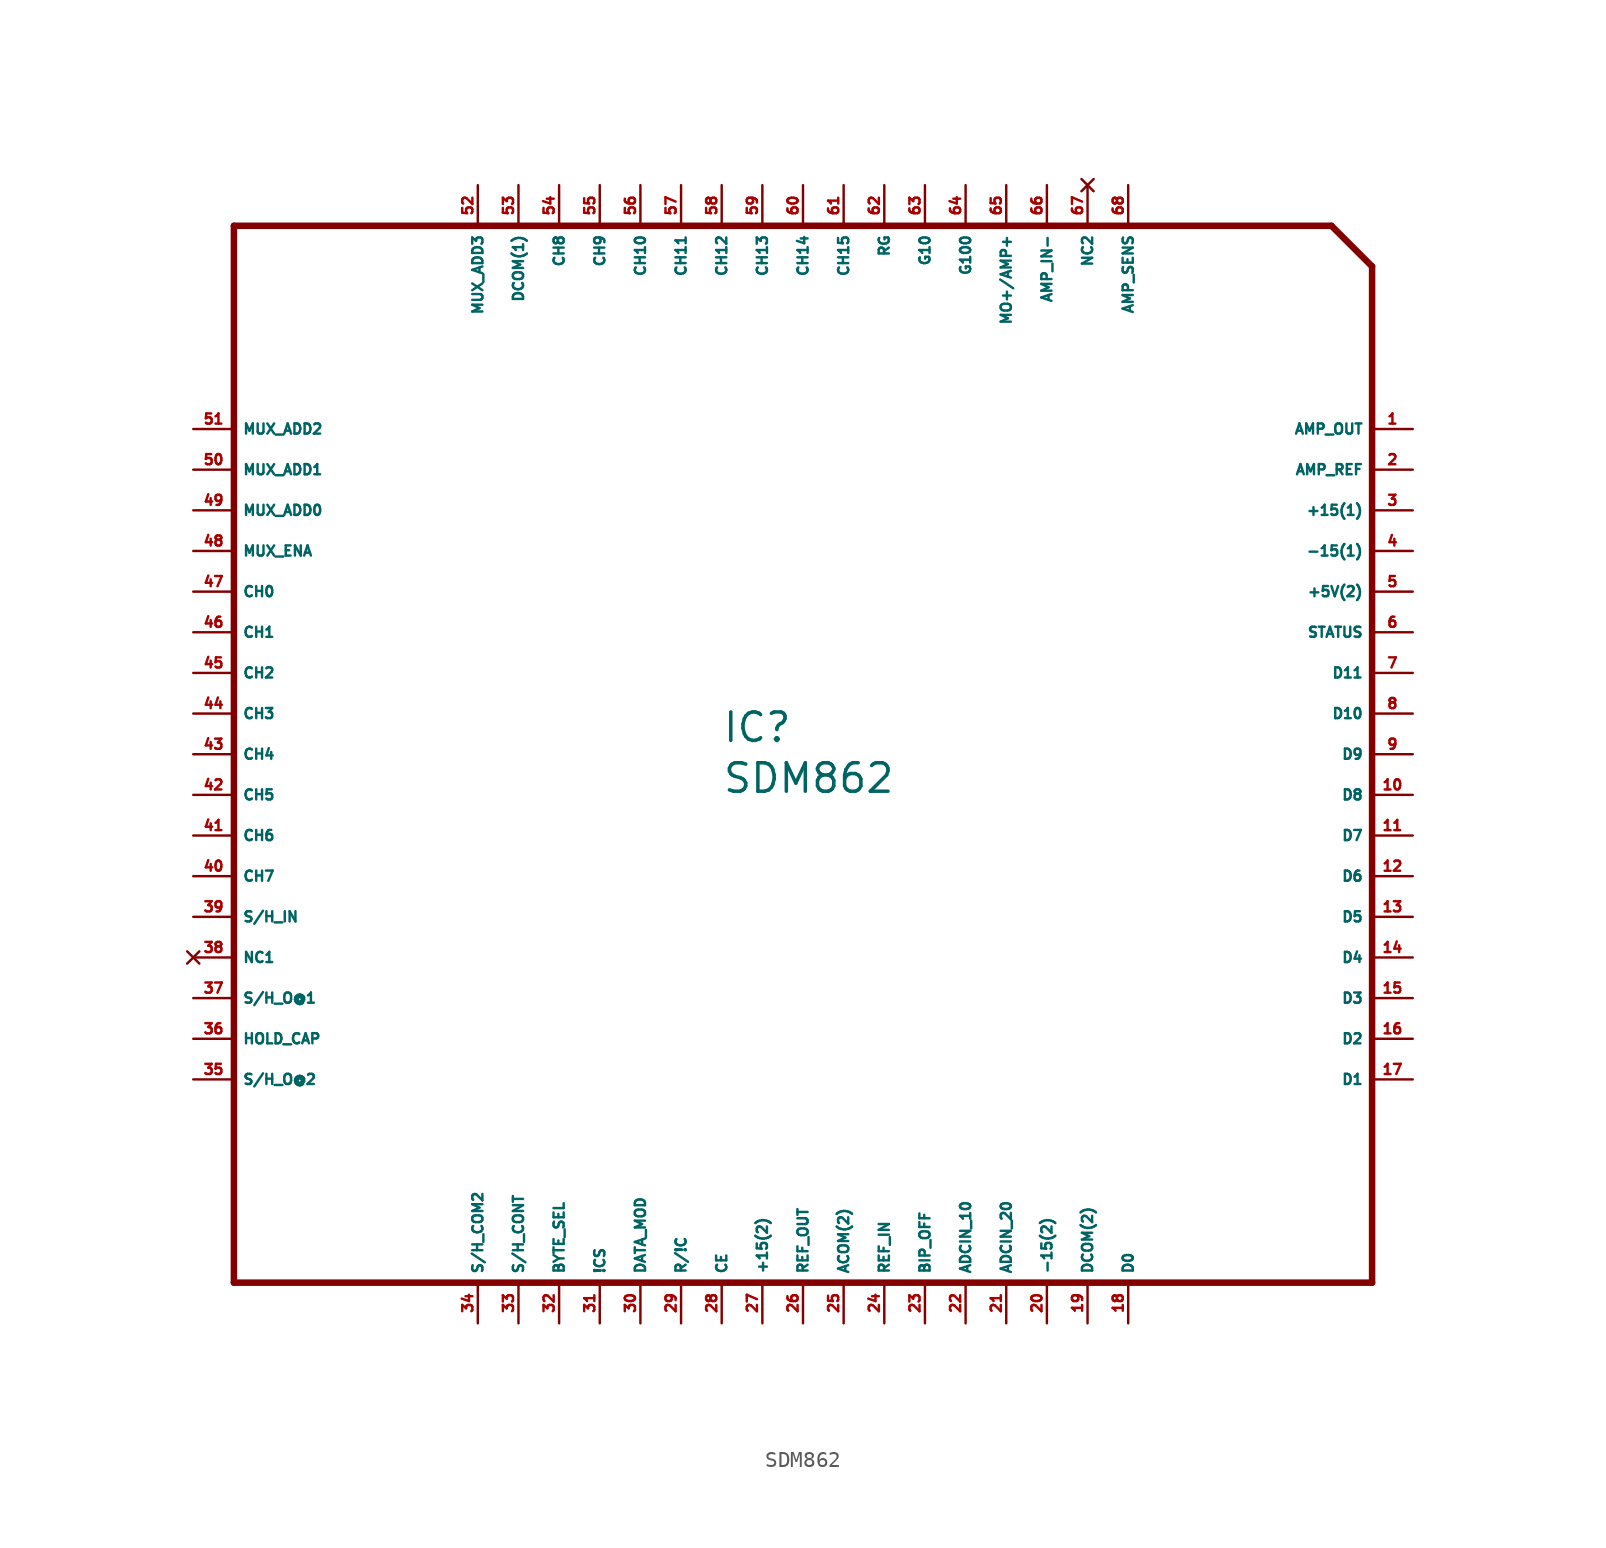
<source format=kicad_sym>
(kicad_symbol_lib
  (version 20220914)
  (generator Eagle2Kicad)
  (symbol "SDM862"
    (property "Reference" "IC"
      (at -5.08 0.635 0)
      (effects (font (size 1.778 1.778) (thickness 0.22)) (justify left bottom)))
    (property "Value" "SDM862"
      (at -5.08 -2.54 0)
      (effects (font (size 1.778 1.778) (thickness 0.22)) (justify left bottom)))
    (polyline
      (pts (xy -35.56 -33.02) (xy 35.56 -33.02))
      (stroke (width 0.406) (type default))
      (fill (type none)))
    (polyline
      (pts (xy 33.02 33.02) (xy -35.56 33.02))
      (stroke (width 0.406) (type default))
      (fill (type none)))
    (polyline
      (pts (xy -35.56 33.02) (xy -35.56 -33.02))
      (stroke (width 0.406) (type default))
      (fill (type none)))
    (polyline
      (pts (xy 33.02 33.02) (xy 35.56 30.48))
      (stroke (width 0.406) (type default))
      (fill (type none)))
    (polyline
      (pts (xy 35.56 30.48) (xy 35.56 -33.02))
      (stroke (width 0.406) (type default))
      (fill (type none)))
    (pin input line
      (at -38.1 20.32 0)
      (length 2.54)
      (name "MUX_ADD2" (effects (font (size 0.635 0.635) (thickness 0.08)) (justify left bottom)))
      (number "51" (effects (font (size 0.635 0.635) (thickness 0.08)) (justify left bottom))))
    (pin input line
      (at -38.1 17.78 0)
      (length 2.54)
      (name "MUX_ADD1" (effects (font (size 0.635 0.635) (thickness 0.08)) (justify left bottom)))
      (number "50" (effects (font (size 0.635 0.635) (thickness 0.08)) (justify left bottom))))
    (pin input line
      (at -38.1 15.24 0)
      (length 2.54)
      (name "MUX_ADD0" (effects (font (size 0.635 0.635) (thickness 0.08)) (justify left bottom)))
      (number "49" (effects (font (size 0.635 0.635) (thickness 0.08)) (justify left bottom))))
    (pin input line
      (at -38.1 12.7 0)
      (length 2.54)
      (name "MUX_ENA" (effects (font (size 0.635 0.635) (thickness 0.08)) (justify left bottom)))
      (number "48" (effects (font (size 0.635 0.635) (thickness 0.08)) (justify left bottom))))
    (pin input line
      (at -38.1 10.16 0)
      (length 2.54)
      (name "CH0" (effects (font (size 0.635 0.635) (thickness 0.08)) (justify left bottom)))
      (number "47" (effects (font (size 0.635 0.635) (thickness 0.08)) (justify left bottom))))
    (pin input line
      (at -38.1 7.62 0)
      (length 2.54)
      (name "CH1" (effects (font (size 0.635 0.635) (thickness 0.08)) (justify left bottom)))
      (number "46" (effects (font (size 0.635 0.635) (thickness 0.08)) (justify left bottom))))
    (pin input line
      (at -38.1 5.08 0)
      (length 2.54)
      (name "CH2" (effects (font (size 0.635 0.635) (thickness 0.08)) (justify left bottom)))
      (number "45" (effects (font (size 0.635 0.635) (thickness 0.08)) (justify left bottom))))
    (pin input line
      (at -38.1 2.54 0)
      (length 2.54)
      (name "CH3" (effects (font (size 0.635 0.635) (thickness 0.08)) (justify left bottom)))
      (number "44" (effects (font (size 0.635 0.635) (thickness 0.08)) (justify left bottom))))
    (pin input line
      (at -38.1 0 0)
      (length 2.54)
      (name "CH4" (effects (font (size 0.635 0.635) (thickness 0.08)) (justify left bottom)))
      (number "43" (effects (font (size 0.635 0.635) (thickness 0.08)) (justify left bottom))))
    (pin input line
      (at -38.1 -2.54 0)
      (length 2.54)
      (name "CH5" (effects (font (size 0.635 0.635) (thickness 0.08)) (justify left bottom)))
      (number "42" (effects (font (size 0.635 0.635) (thickness 0.08)) (justify left bottom))))
    (pin input line
      (at -38.1 -5.08 0)
      (length 2.54)
      (name "CH6" (effects (font (size 0.635 0.635) (thickness 0.08)) (justify left bottom)))
      (number "41" (effects (font (size 0.635 0.635) (thickness 0.08)) (justify left bottom))))
    (pin input line
      (at -38.1 -7.62 0)
      (length 2.54)
      (name "CH7" (effects (font (size 0.635 0.635) (thickness 0.08)) (justify left bottom)))
      (number "40" (effects (font (size 0.635 0.635) (thickness 0.08)) (justify left bottom))))
    (pin input line
      (at -38.1 -10.16 0)
      (length 2.54)
      (name "S/H_IN" (effects (font (size 0.635 0.635) (thickness 0.08)) (justify left bottom)))
      (number "39" (effects (font (size 0.635 0.635) (thickness 0.08)) (justify left bottom))))
    (pin no_connect line
      (at -38.1 -12.7 0)
      (length 2.54)
      (name "NC1" (effects (font (size 0.635 0.635) (thickness 0.08)) (justify left bottom) hide))
      (number "38" (effects (font (size 0.635 0.635) (thickness 0.08)) (justify left bottom) hide)))
    (pin output line
      (at -38.1 -15.24 0)
      (length 2.54)
      (name "S/H_O@1" (effects (font (size 0.635 0.635) (thickness 0.08)) (justify left bottom)))
      (number "37" (effects (font (size 0.635 0.635) (thickness 0.08)) (justify left bottom))))
    (pin passive line
      (at -38.1 -17.78 0)
      (length 2.54)
      (name "HOLD_CAP" (effects (font (size 0.635 0.635) (thickness 0.08)) (justify left bottom)))
      (number "36" (effects (font (size 0.635 0.635) (thickness 0.08)) (justify left bottom))))
    (pin output line
      (at -38.1 -20.32 0)
      (length 2.54)
      (name "S/H_O@2" (effects (font (size 0.635 0.635) (thickness 0.08)) (justify left bottom)))
      (number "35" (effects (font (size 0.635 0.635) (thickness 0.08)) (justify left bottom))))
    (pin input line
      (at -20.32 35.56 270)
      (length 2.54)
      (name "MUX_ADD3" (effects (font (size 0.635 0.635) (thickness 0.08)) (justify left bottom)))
      (number "52" (effects (font (size 0.635 0.635) (thickness 0.08)) (justify left bottom))))
    (pin unspecified line
      (at -17.78 35.56 270)
      (length 2.54)
      (name "DCOM(1)" (effects (font (size 0.635 0.635) (thickness 0.08)) (justify left bottom)))
      (number "53" (effects (font (size 0.635 0.635) (thickness 0.08)) (justify left bottom))))
    (pin input line
      (at -15.24 35.56 270)
      (length 2.54)
      (name "CH8" (effects (font (size 0.635 0.635) (thickness 0.08)) (justify left bottom)))
      (number "54" (effects (font (size 0.635 0.635) (thickness 0.08)) (justify left bottom))))
    (pin input line
      (at -12.7 35.56 270)
      (length 2.54)
      (name "CH9" (effects (font (size 0.635 0.635) (thickness 0.08)) (justify left bottom)))
      (number "55" (effects (font (size 0.635 0.635) (thickness 0.08)) (justify left bottom))))
    (pin input line
      (at -10.16 35.56 270)
      (length 2.54)
      (name "CH10" (effects (font (size 0.635 0.635) (thickness 0.08)) (justify left bottom)))
      (number "56" (effects (font (size 0.635 0.635) (thickness 0.08)) (justify left bottom))))
    (pin input line
      (at -7.62 35.56 270)
      (length 2.54)
      (name "CH11" (effects (font (size 0.635 0.635) (thickness 0.08)) (justify left bottom)))
      (number "57" (effects (font (size 0.635 0.635) (thickness 0.08)) (justify left bottom))))
    (pin input line
      (at -5.08 35.56 270)
      (length 2.54)
      (name "CH12" (effects (font (size 0.635 0.635) (thickness 0.08)) (justify left bottom)))
      (number "58" (effects (font (size 0.635 0.635) (thickness 0.08)) (justify left bottom))))
    (pin input line
      (at -2.54 35.56 270)
      (length 2.54)
      (name "CH13" (effects (font (size 0.635 0.635) (thickness 0.08)) (justify left bottom)))
      (number "59" (effects (font (size 0.635 0.635) (thickness 0.08)) (justify left bottom))))
    (pin input line
      (at 0 35.56 270)
      (length 2.54)
      (name "CH14" (effects (font (size 0.635 0.635) (thickness 0.08)) (justify left bottom)))
      (number "60" (effects (font (size 0.635 0.635) (thickness 0.08)) (justify left bottom))))
    (pin input line
      (at 2.54 35.56 270)
      (length 2.54)
      (name "CH15" (effects (font (size 0.635 0.635) (thickness 0.08)) (justify left bottom)))
      (number "61" (effects (font (size 0.635 0.635) (thickness 0.08)) (justify left bottom))))
    (pin passive line
      (at 5.08 35.56 270)
      (length 2.54)
      (name "RG" (effects (font (size 0.635 0.635) (thickness 0.08)) (justify left bottom)))
      (number "62" (effects (font (size 0.635 0.635) (thickness 0.08)) (justify left bottom))))
    (pin passive line
      (at 7.62 35.56 270)
      (length 2.54)
      (name "G10" (effects (font (size 0.635 0.635) (thickness 0.08)) (justify left bottom)))
      (number "63" (effects (font (size 0.635 0.635) (thickness 0.08)) (justify left bottom))))
    (pin passive line
      (at 10.16 35.56 270)
      (length 2.54)
      (name "G100" (effects (font (size 0.635 0.635) (thickness 0.08)) (justify left bottom)))
      (number "64" (effects (font (size 0.635 0.635) (thickness 0.08)) (justify left bottom))))
    (pin bidirectional line
      (at 12.7 35.56 270)
      (length 2.54)
      (name "MO+/AMP+" (effects (font (size 0.635 0.635) (thickness 0.08)) (justify left bottom)))
      (number "65" (effects (font (size 0.635 0.635) (thickness 0.08)) (justify left bottom))))
    (pin input line
      (at 15.24 35.56 270)
      (length 2.54)
      (name "AMP_IN-" (effects (font (size 0.635 0.635) (thickness 0.08)) (justify left bottom)))
      (number "66" (effects (font (size 0.635 0.635) (thickness 0.08)) (justify left bottom))))
    (pin no_connect line
      (at 17.78 35.56 270)
      (length 2.54)
      (name "NC2" (effects (font (size 0.635 0.635) (thickness 0.08)) (justify left bottom) hide))
      (number "67" (effects (font (size 0.635 0.635) (thickness 0.08)) (justify left bottom) hide)))
    (pin output line
      (at 20.32 35.56 270)
      (length 2.54)
      (name "AMP_SENS" (effects (font (size 0.635 0.635) (thickness 0.08)) (justify left bottom)))
      (number "68" (effects (font (size 0.635 0.635) (thickness 0.08)) (justify left bottom))))
    (pin output line
      (at 38.1 20.32 180)
      (length 2.54)
      (name "AMP_OUT" (effects (font (size 0.635 0.635) (thickness 0.08)) (justify left bottom)))
      (number "1" (effects (font (size 0.635 0.635) (thickness 0.08)) (justify left bottom))))
    (pin input line
      (at 38.1 17.78 180)
      (length 2.54)
      (name "AMP_REF" (effects (font (size 0.635 0.635) (thickness 0.08)) (justify left bottom)))
      (number "2" (effects (font (size 0.635 0.635) (thickness 0.08)) (justify left bottom))))
    (pin unspecified line
      (at 38.1 15.24 180)
      (length 2.54)
      (name "+15(1)" (effects (font (size 0.635 0.635) (thickness 0.08)) (justify left bottom)))
      (number "3" (effects (font (size 0.635 0.635) (thickness 0.08)) (justify left bottom))))
    (pin unspecified line
      (at 38.1 12.7 180)
      (length 2.54)
      (name "-15(1)" (effects (font (size 0.635 0.635) (thickness 0.08)) (justify left bottom)))
      (number "4" (effects (font (size 0.635 0.635) (thickness 0.08)) (justify left bottom))))
    (pin unspecified line
      (at 38.1 10.16 180)
      (length 2.54)
      (name "+5V(2)" (effects (font (size 0.635 0.635) (thickness 0.08)) (justify left bottom)))
      (number "5" (effects (font (size 0.635 0.635) (thickness 0.08)) (justify left bottom))))
    (pin output line
      (at 38.1 7.62 180)
      (length 2.54)
      (name "STATUS" (effects (font (size 0.635 0.635) (thickness 0.08)) (justify left bottom)))
      (number "6" (effects (font (size 0.635 0.635) (thickness 0.08)) (justify left bottom))))
    (pin tri_state line
      (at 38.1 5.08 180)
      (length 2.54)
      (name "D11" (effects (font (size 0.635 0.635) (thickness 0.08)) (justify left bottom)))
      (number "7" (effects (font (size 0.635 0.635) (thickness 0.08)) (justify left bottom))))
    (pin tri_state line
      (at 38.1 2.54 180)
      (length 2.54)
      (name "D10" (effects (font (size 0.635 0.635) (thickness 0.08)) (justify left bottom)))
      (number "8" (effects (font (size 0.635 0.635) (thickness 0.08)) (justify left bottom))))
    (pin tri_state line
      (at 38.1 0 180)
      (length 2.54)
      (name "D9" (effects (font (size 0.635 0.635) (thickness 0.08)) (justify left bottom)))
      (number "9" (effects (font (size 0.635 0.635) (thickness 0.08)) (justify left bottom))))
    (pin tri_state line
      (at 38.1 -2.54 180)
      (length 2.54)
      (name "D8" (effects (font (size 0.635 0.635) (thickness 0.08)) (justify left bottom)))
      (number "10" (effects (font (size 0.635 0.635) (thickness 0.08)) (justify left bottom))))
    (pin tri_state line
      (at 38.1 -5.08 180)
      (length 2.54)
      (name "D7" (effects (font (size 0.635 0.635) (thickness 0.08)) (justify left bottom)))
      (number "11" (effects (font (size 0.635 0.635) (thickness 0.08)) (justify left bottom))))
    (pin tri_state line
      (at 38.1 -7.62 180)
      (length 2.54)
      (name "D6" (effects (font (size 0.635 0.635) (thickness 0.08)) (justify left bottom)))
      (number "12" (effects (font (size 0.635 0.635) (thickness 0.08)) (justify left bottom))))
    (pin tri_state line
      (at 38.1 -10.16 180)
      (length 2.54)
      (name "D5" (effects (font (size 0.635 0.635) (thickness 0.08)) (justify left bottom)))
      (number "13" (effects (font (size 0.635 0.635) (thickness 0.08)) (justify left bottom))))
    (pin tri_state line
      (at 38.1 -12.7 180)
      (length 2.54)
      (name "D4" (effects (font (size 0.635 0.635) (thickness 0.08)) (justify left bottom)))
      (number "14" (effects (font (size 0.635 0.635) (thickness 0.08)) (justify left bottom))))
    (pin tri_state line
      (at 38.1 -15.24 180)
      (length 2.54)
      (name "D3" (effects (font (size 0.635 0.635) (thickness 0.08)) (justify left bottom)))
      (number "15" (effects (font (size 0.635 0.635) (thickness 0.08)) (justify left bottom))))
    (pin tri_state line
      (at 38.1 -17.78 180)
      (length 2.54)
      (name "D2" (effects (font (size 0.635 0.635) (thickness 0.08)) (justify left bottom)))
      (number "16" (effects (font (size 0.635 0.635) (thickness 0.08)) (justify left bottom))))
    (pin tri_state line
      (at 38.1 -20.32 180)
      (length 2.54)
      (name "D1" (effects (font (size 0.635 0.635) (thickness 0.08)) (justify left bottom)))
      (number "17" (effects (font (size 0.635 0.635) (thickness 0.08)) (justify left bottom))))
    (pin bidirectional line
      (at -20.32 -35.56 90)
      (length 2.54)
      (name "S/H_COM2" (effects (font (size 0.635 0.635) (thickness 0.08)) (justify left bottom)))
      (number "34" (effects (font (size 0.635 0.635) (thickness 0.08)) (justify left bottom))))
    (pin input line
      (at -17.78 -35.56 90)
      (length 2.54)
      (name "S/H_CONT" (effects (font (size 0.635 0.635) (thickness 0.08)) (justify left bottom)))
      (number "33" (effects (font (size 0.635 0.635) (thickness 0.08)) (justify left bottom))))
    (pin input line
      (at -15.24 -35.56 90)
      (length 2.54)
      (name "BYTE_SEL" (effects (font (size 0.635 0.635) (thickness 0.08)) (justify left bottom)))
      (number "32" (effects (font (size 0.635 0.635) (thickness 0.08)) (justify left bottom))))
    (pin input line
      (at -12.7 -35.56 90)
      (length 2.54)
      (name "!CS" (effects (font (size 0.635 0.635) (thickness 0.08)) (justify left bottom)))
      (number "31" (effects (font (size 0.635 0.635) (thickness 0.08)) (justify left bottom))))
    (pin input line
      (at -10.16 -35.56 90)
      (length 2.54)
      (name "DATA_MOD" (effects (font (size 0.635 0.635) (thickness 0.08)) (justify left bottom)))
      (number "30" (effects (font (size 0.635 0.635) (thickness 0.08)) (justify left bottom))))
    (pin input line
      (at -7.62 -35.56 90)
      (length 2.54)
      (name "R/!C" (effects (font (size 0.635 0.635) (thickness 0.08)) (justify left bottom)))
      (number "29" (effects (font (size 0.635 0.635) (thickness 0.08)) (justify left bottom))))
    (pin input line
      (at -5.08 -35.56 90)
      (length 2.54)
      (name "CE" (effects (font (size 0.635 0.635) (thickness 0.08)) (justify left bottom)))
      (number "28" (effects (font (size 0.635 0.635) (thickness 0.08)) (justify left bottom))))
    (pin unspecified line
      (at -2.54 -35.56 90)
      (length 2.54)
      (name "+15(2)" (effects (font (size 0.635 0.635) (thickness 0.08)) (justify left bottom)))
      (number "27" (effects (font (size 0.635 0.635) (thickness 0.08)) (justify left bottom))))
    (pin output line
      (at 0 -35.56 90)
      (length 2.54)
      (name "REF_OUT" (effects (font (size 0.635 0.635) (thickness 0.08)) (justify left bottom)))
      (number "26" (effects (font (size 0.635 0.635) (thickness 0.08)) (justify left bottom))))
    (pin unspecified line
      (at 2.54 -35.56 90)
      (length 2.54)
      (name "ACOM(2)" (effects (font (size 0.635 0.635) (thickness 0.08)) (justify left bottom)))
      (number "25" (effects (font (size 0.635 0.635) (thickness 0.08)) (justify left bottom))))
    (pin input line
      (at 5.08 -35.56 90)
      (length 2.54)
      (name "REF_IN" (effects (font (size 0.635 0.635) (thickness 0.08)) (justify left bottom)))
      (number "24" (effects (font (size 0.635 0.635) (thickness 0.08)) (justify left bottom))))
    (pin input line
      (at 7.62 -35.56 90)
      (length 2.54)
      (name "BIP_OFF" (effects (font (size 0.635 0.635) (thickness 0.08)) (justify left bottom)))
      (number "23" (effects (font (size 0.635 0.635) (thickness 0.08)) (justify left bottom))))
    (pin input line
      (at 10.16 -35.56 90)
      (length 2.54)
      (name "ADCIN_10" (effects (font (size 0.635 0.635) (thickness 0.08)) (justify left bottom)))
      (number "22" (effects (font (size 0.635 0.635) (thickness 0.08)) (justify left bottom))))
    (pin input line
      (at 12.7 -35.56 90)
      (length 2.54)
      (name "ADCIN_20" (effects (font (size 0.635 0.635) (thickness 0.08)) (justify left bottom)))
      (number "21" (effects (font (size 0.635 0.635) (thickness 0.08)) (justify left bottom))))
    (pin unspecified line
      (at 15.24 -35.56 90)
      (length 2.54)
      (name "-15(2)" (effects (font (size 0.635 0.635) (thickness 0.08)) (justify left bottom)))
      (number "20" (effects (font (size 0.635 0.635) (thickness 0.08)) (justify left bottom))))
    (pin unspecified line
      (at 17.78 -35.56 90)
      (length 2.54)
      (name "DCOM(2)" (effects (font (size 0.635 0.635) (thickness 0.08)) (justify left bottom)))
      (number "19" (effects (font (size 0.635 0.635) (thickness 0.08)) (justify left bottom))))
    (pin tri_state line
      (at 20.32 -35.56 90)
      (length 2.54)
      (name "D0" (effects (font (size 0.635 0.635) (thickness 0.08)) (justify left bottom)))
      (number "18" (effects (font (size 0.635 0.635) (thickness 0.08)) (justify left bottom))))))
</source>
